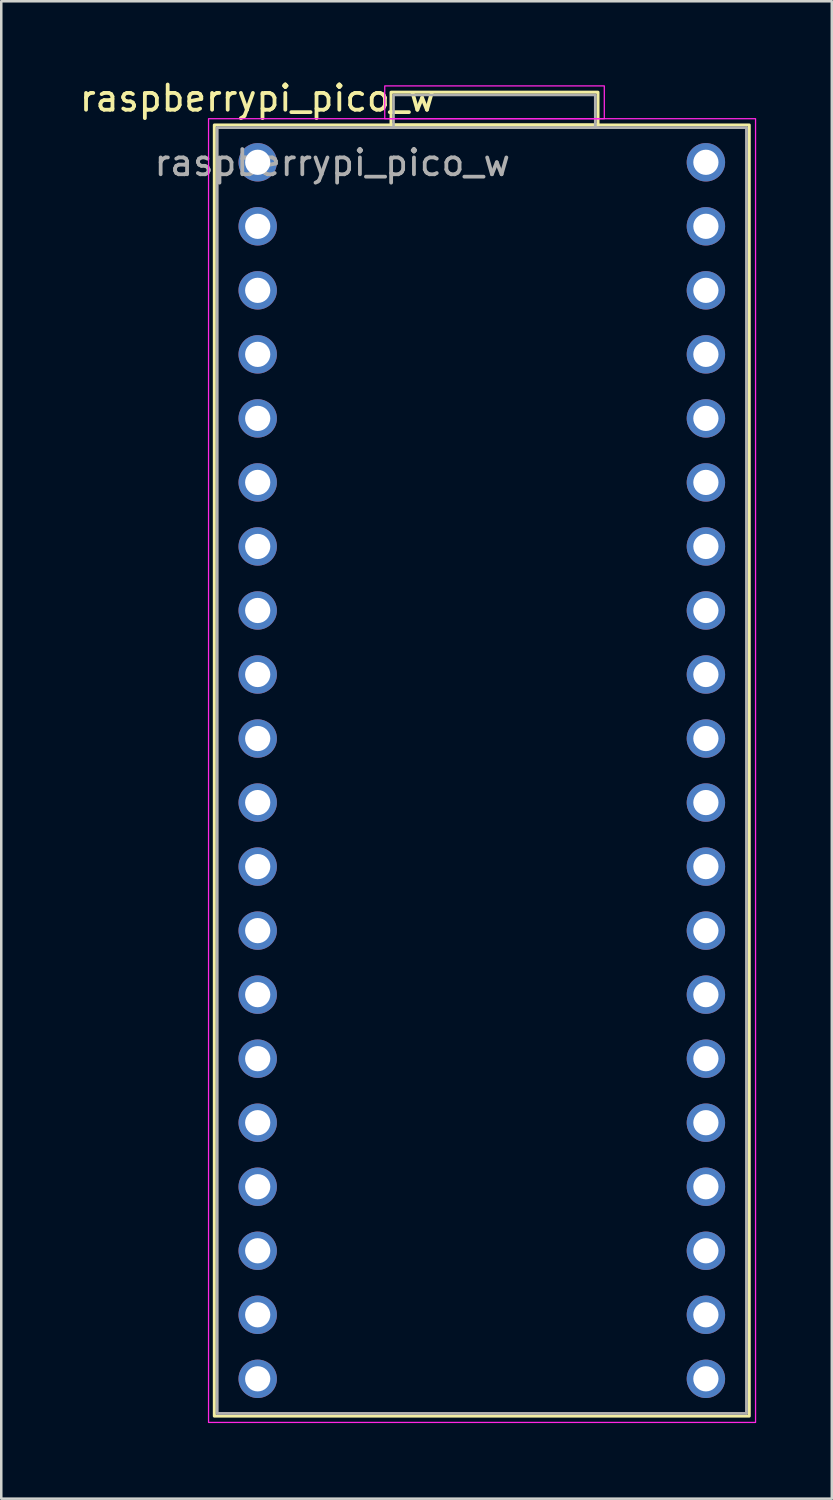
<source format=kicad_pcb>
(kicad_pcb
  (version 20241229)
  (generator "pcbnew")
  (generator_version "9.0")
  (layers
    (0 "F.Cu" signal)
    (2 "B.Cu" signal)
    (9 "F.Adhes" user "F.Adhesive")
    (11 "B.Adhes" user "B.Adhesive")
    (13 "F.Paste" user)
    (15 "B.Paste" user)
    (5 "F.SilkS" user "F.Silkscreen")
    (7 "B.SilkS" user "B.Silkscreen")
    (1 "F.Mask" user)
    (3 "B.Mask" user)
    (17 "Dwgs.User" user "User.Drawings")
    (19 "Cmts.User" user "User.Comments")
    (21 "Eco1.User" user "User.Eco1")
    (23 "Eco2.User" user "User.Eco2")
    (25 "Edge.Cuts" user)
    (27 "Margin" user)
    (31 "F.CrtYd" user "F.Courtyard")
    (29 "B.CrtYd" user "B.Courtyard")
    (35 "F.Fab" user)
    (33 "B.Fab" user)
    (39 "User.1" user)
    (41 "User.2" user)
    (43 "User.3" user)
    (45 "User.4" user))
  (footprint "raspberrypi_pico_w"
    (layer "F.Cu")
    (at 7.173 3.388)
    (property "Reference" "raspberrypi_pico_w" (at 0 -2.54 0) (unlocked yes) (layer "F.SilkS") (effects (font (size 1 1) (thickness 0.15))))
    (attr through_hole)
    (fp_rect (start -1.72 -1.48) (end 19.5 49.74) (stroke (width 0.12) (type solid)) (fill no) (layer "F.SilkS"))
    (fp_rect (start 5.29 -1.48) (end 13.5 -2.78) (stroke (width 0.12) (type solid)) (fill no) (layer "F.SilkS"))
    (fp_rect (start -1.95 -1.73) (end 19.75 49.99) (stroke (width 0.05) (type solid)) (fill no) (layer "F.CrtYd"))
    (fp_rect (start 5.04 -1.73) (end 13.75 -3.03) (stroke (width 0.05) (type solid)) (fill no) (layer "F.CrtYd"))
    (fp_line (start -1.61 -1.37) (end 5.39 -1.37) (stroke (width 0.1) (type solid)) (layer "F.Fab"))
    (fp_line (start -1.61 49.63) (end -1.61 -1.37) (stroke (width 0.1) (type solid)) (layer "F.Fab"))
    (fp_line (start 13.39 -2.67) (end 13.39 -1.37) (stroke (width 0.1) (type solid)) (layer "F.Fab"))
    (fp_line (start 13.39 -1.37) (end 19.39 -1.37) (stroke (width 0.1) (type solid)) (layer "F.Fab"))
    (fp_line (start 19.39 -1.37) (end 19.39 49.63) (stroke (width 0.1) (type solid)) (layer "F.Fab"))
    (fp_line (start 19.39 49.63) (end -1.61 49.63) (stroke (width 0.1) (type solid)) (layer "F.Fab"))
    (fp_rect (start -1.61 -1.37) (end 19.39 49.63) (stroke (width 0.1) (type solid)) (fill no) (layer "F.Fab"))
    (fp_rect (start 5.39 -1.37) (end 13.39 -2.67) (stroke (width 0.1) (type solid)) (fill no) (layer "F.Fab"))
    (fp_text user "${REFERENCE}" (at 2.96 0.02 0) (unlocked yes) (layer "F.Fab") (effects (font (size 1 1) (thickness 0.15))))
    (pad "1" thru_hole circle (at 0 0) (size 1.524 1.524) (drill 1) (layers "*.Cu" "*.Mask"))
    (pad "2" thru_hole circle (at 0 2.54) (size 1.524 1.524) (drill 1) (layers "*.Cu" "*.Mask"))
    (pad "3" thru_hole circle (at 0 5.08) (size 1.524 1.524) (drill 1) (layers "*.Cu" "*.Mask"))
    (pad "4" thru_hole circle (at 0 7.62) (size 1.524 1.524) (drill 1) (layers "*.Cu" "*.Mask"))
    (pad "5" thru_hole circle (at 0 10.16) (size 1.524 1.524) (drill 1) (layers "*.Cu" "*.Mask"))
    (pad "6" thru_hole circle (at 0 12.7) (size 1.524 1.524) (drill 1) (layers "*.Cu" "*.Mask"))
    (pad "7" thru_hole circle (at 0 15.24) (size 1.524 1.524) (drill 1) (layers "*.Cu" "*.Mask"))
    (pad "8" thru_hole circle (at 0 17.78) (size 1.524 1.524) (drill 1) (layers "*.Cu" "*.Mask"))
    (pad "9" thru_hole circle (at 0 20.32) (size 1.524 1.524) (drill 1) (layers "*.Cu" "*.Mask"))
    (pad "10" thru_hole circle (at 0 22.86) (size 1.524 1.524) (drill 1) (layers "*.Cu" "*.Mask"))
    (pad "11" thru_hole circle (at 0 25.4) (size 1.524 1.524) (drill 1) (layers "*.Cu" "*.Mask"))
    (pad "12" thru_hole circle (at 0 27.94) (size 1.524 1.524) (drill 1) (layers "*.Cu" "*.Mask"))
    (pad "13" thru_hole circle (at 0 30.48) (size 1.524 1.524) (drill 1) (layers "*.Cu" "*.Mask"))
    (pad "14" thru_hole circle (at 0 33.02) (size 1.524 1.524) (drill 1) (layers "*.Cu" "*.Mask"))
    (pad "15" thru_hole circle (at 0 35.56) (size 1.524 1.524) (drill 1) (layers "*.Cu" "*.Mask"))
    (pad "16" thru_hole circle (at 0 38.1) (size 1.524 1.524) (drill 1) (layers "*.Cu" "*.Mask"))
    (pad "17" thru_hole circle (at 0 40.64) (size 1.524 1.524) (drill 1) (layers "*.Cu" "*.Mask"))
    (pad "18" thru_hole circle (at 0 43.18) (size 1.524 1.524) (drill 1) (layers "*.Cu" "*.Mask"))
    (pad "19" thru_hole circle (at 0 45.72) (size 1.524 1.524) (drill 1) (layers "*.Cu" "*.Mask"))
    (pad "20" thru_hole circle (at 0 48.26) (size 1.524 1.524) (drill 1) (layers "*.Cu" "*.Mask"))
    (pad "21" thru_hole circle (at 17.78 48.26) (size 1.524 1.524) (drill 1) (layers "*.Cu" "*.Mask"))
    (pad "22" thru_hole circle (at 17.78 45.72) (size 1.524 1.524) (drill 1) (layers "*.Cu" "*.Mask"))
    (pad "23" thru_hole circle (at 17.78 43.18) (size 1.524 1.524) (drill 1) (layers "*.Cu" "*.Mask"))
    (pad "24" thru_hole circle (at 17.78 40.64) (size 1.524 1.524) (drill 1) (layers "*.Cu" "*.Mask"))
    (pad "25" thru_hole circle (at 17.78 38.1) (size 1.524 1.524) (drill 1) (layers "*.Cu" "*.Mask"))
    (pad "26" thru_hole circle (at 17.78 35.56) (size 1.524 1.524) (drill 1) (layers "*.Cu" "*.Mask"))
    (pad "27" thru_hole circle (at 17.78 33.02) (size 1.524 1.524) (drill 1) (layers "*.Cu" "*.Mask"))
    (pad "28" thru_hole circle (at 17.78 30.48) (size 1.524 1.524) (drill 1) (layers "*.Cu" "*.Mask"))
    (pad "29" thru_hole circle (at 17.78 27.94) (size 1.524 1.524) (drill 1) (layers "*.Cu" "*.Mask"))
    (pad "30" thru_hole circle (at 17.78 25.4) (size 1.524 1.524) (drill 1) (layers "*.Cu" "*.Mask"))
    (pad "31" thru_hole circle (at 17.78 22.86) (size 1.524 1.524) (drill 1) (layers "*.Cu" "*.Mask"))
    (pad "32" thru_hole circle (at 17.78 20.32) (size 1.524 1.524) (drill 1) (layers "*.Cu" "*.Mask"))
    (pad "33" thru_hole circle (at 17.78 17.78) (size 1.524 1.524) (drill 1) (layers "*.Cu" "*.Mask"))
    (pad "34" thru_hole circle (at 17.78 15.24) (size 1.524 1.524) (drill 1) (layers "*.Cu" "*.Mask"))
    (pad "35" thru_hole circle (at 17.78 12.7) (size 1.524 1.524) (drill 1) (layers "*.Cu" "*.Mask"))
    (pad "36" thru_hole circle (at 17.78 10.16) (size 1.524 1.524) (drill 1) (layers "*.Cu" "*.Mask"))
    (pad "37" thru_hole circle (at 17.78 7.62) (size 1.524 1.524) (drill 1) (layers "*.Cu" "*.Mask"))
    (pad "38" thru_hole circle (at 17.78 5.08) (size 1.524 1.524) (drill 1) (layers "*.Cu" "*.Mask"))
    (pad "39" thru_hole circle (at 17.78 2.54) (size 1.524 1.524) (drill 1) (layers "*.Cu" "*.Mask"))
    (pad "40" thru_hole circle (at 17.78 0) (size 1.524 1.524) (drill 1) (layers "*.Cu" "*.Mask")))
  (gr_rect
    (start -3 -3)
    (end 29.948 56.403)
    (stroke (width 0.1) (type default))
    (fill no)
    (layer "Edge.Cuts")))
</source>
